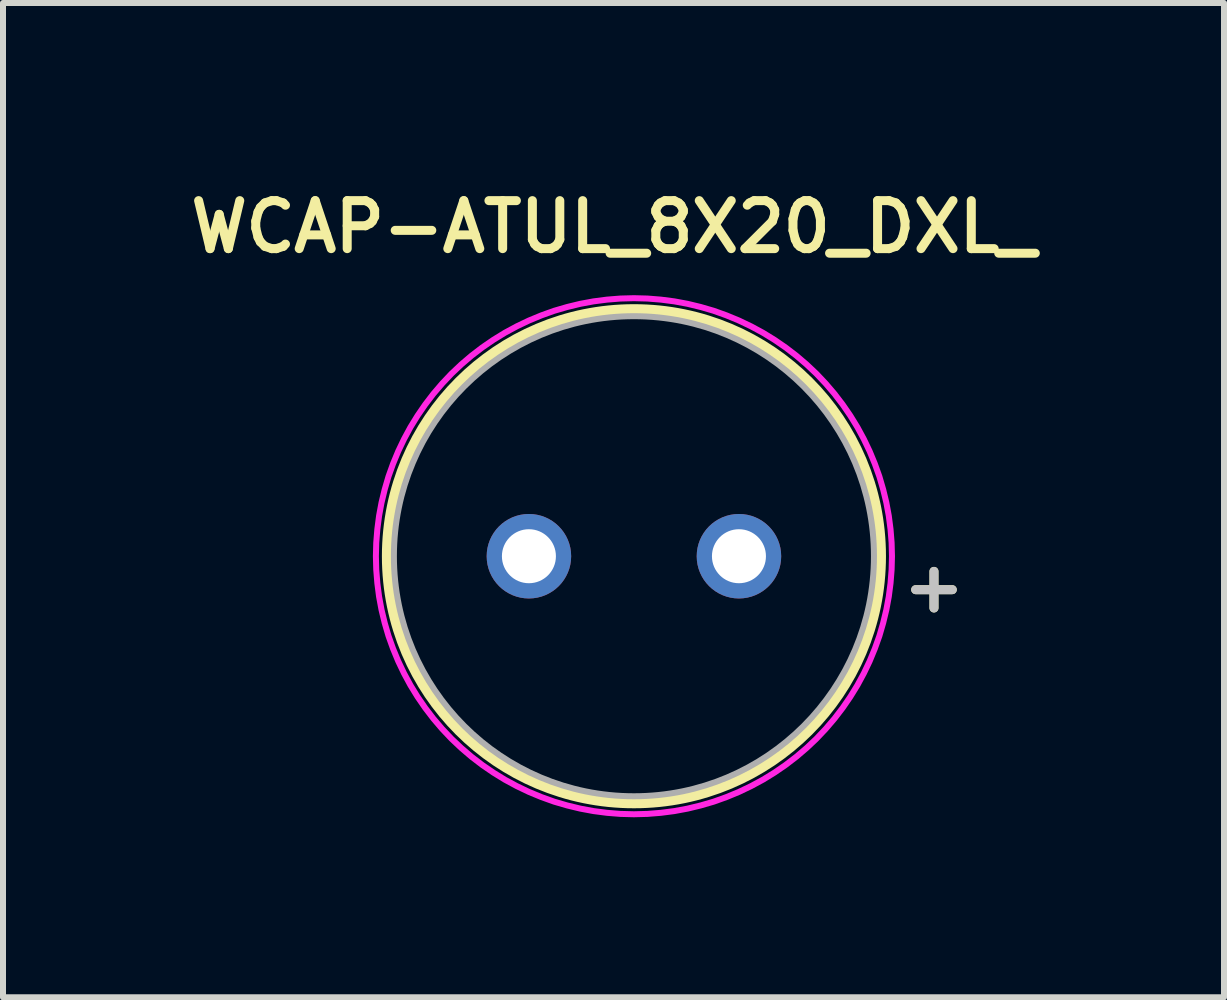
<source format=kicad_pcb>
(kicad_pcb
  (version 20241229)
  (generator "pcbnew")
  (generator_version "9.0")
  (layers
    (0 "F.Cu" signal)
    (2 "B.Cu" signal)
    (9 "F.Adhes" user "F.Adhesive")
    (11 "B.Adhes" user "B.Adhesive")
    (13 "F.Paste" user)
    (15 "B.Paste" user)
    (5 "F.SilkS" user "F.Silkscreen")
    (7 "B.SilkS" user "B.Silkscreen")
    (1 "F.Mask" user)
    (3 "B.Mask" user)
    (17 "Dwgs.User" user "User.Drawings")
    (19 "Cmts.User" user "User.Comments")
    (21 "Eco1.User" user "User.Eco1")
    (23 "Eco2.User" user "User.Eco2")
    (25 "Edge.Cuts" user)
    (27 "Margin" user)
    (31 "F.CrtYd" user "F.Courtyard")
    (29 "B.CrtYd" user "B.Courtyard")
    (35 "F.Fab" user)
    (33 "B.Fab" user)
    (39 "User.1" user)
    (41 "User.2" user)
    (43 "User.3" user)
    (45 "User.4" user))
  (footprint "WCAP-ATUL_8X20_DXL_"
    (layer "F.Cu")
    (at 7.514 6.219)
    (property "Reference" "WCAP-ATUL_8X20_DXL_" (at -0.34 -5.488 0) (layer "F.SilkS") (effects (font (size 0.8 0.8) (thickness 0.15))))
    (attr through_hole)
    (fp_circle (center 0 0) (end 4.1 0) (stroke (width 0.2) (type solid)) (fill no) (layer "F.SilkS"))
    (fp_poly (pts (xy 0 4.3) (xy -0.225 4.294) (xy -0.449 4.276) (xy -0.673 4.247) (xy -0.894 4.206) (xy -1.113 4.153) (xy -1.329 4.09) (xy -1.541 4.014) (xy -1.749 3.928) (xy -1.952 3.831) (xy -2.15 3.724) (xy -2.342 3.606) (xy -2.527 3.479) (xy -2.706 3.342) (xy -2.877 3.196) (xy -3.041 3.041) (xy -3.196 2.877) (xy -3.342 2.706) (xy -3.479 2.527) (xy -3.606 2.342) (xy -3.724 2.15) (xy -3.831 1.952) (xy -3.928 1.749) (xy -4.014 1.541) (xy -4.09 1.329) (xy -4.153 1.113) (xy -4.206 0.894) (xy -4.247 0.673) (xy -4.276 0.449) (xy -4.294 0.225) (xy -4.3 0) (xy -4.294 -0.225) (xy -4.276 -0.449) (xy -4.247 -0.673) (xy -4.206 -0.894) (xy -4.153 -1.113) (xy -4.09 -1.329) (xy -4.014 -1.541) (xy -3.928 -1.749) (xy -3.831 -1.952) (xy -3.724 -2.15) (xy -3.606 -2.342) (xy -3.479 -2.527) (xy -3.342 -2.706) (xy -3.196 -2.877) (xy -3.041 -3.041) (xy -2.877 -3.196) (xy -2.706 -3.342) (xy -2.527 -3.479) (xy -2.342 -3.606) (xy -2.15 -3.724) (xy -1.952 -3.831) (xy -1.749 -3.928) (xy -1.541 -4.014) (xy -1.329 -4.09) (xy -1.113 -4.153) (xy -0.894 -4.206) (xy -0.673 -4.247) (xy -0.449 -4.276) (xy -0.225 -4.294) (xy 0 -4.3) (xy 0.225 -4.294) (xy 0.449 -4.276) (xy 0.673 -4.247) (xy 0.894 -4.206) (xy 1.113 -4.153) (xy 1.329 -4.09) (xy 1.541 -4.014) (xy 1.749 -3.928) (xy 1.952 -3.831) (xy 2.15 -3.724) (xy 2.342 -3.606) (xy 2.527 -3.479) (xy 2.706 -3.342) (xy 2.877 -3.196) (xy 3.041 -3.041) (xy 3.196 -2.877) (xy 3.342 -2.706) (xy 3.479 -2.527) (xy 3.606 -2.342) (xy 3.724 -2.15) (xy 3.831 -1.952) (xy 3.928 -1.749) (xy 4.014 -1.541) (xy 4.09 -1.329) (xy 4.153 -1.113) (xy 4.206 -0.894) (xy 4.247 -0.673) (xy 4.276 -0.449) (xy 4.294 -0.225) (xy 4.3 0) (xy 4.294 0.225) (xy 4.276 0.449) (xy 4.247 0.673) (xy 4.206 0.894) (xy 4.153 1.113) (xy 4.09 1.329) (xy 4.014 1.541) (xy 3.928 1.749) (xy 3.831 1.952) (xy 3.724 2.15) (xy 3.606 2.342) (xy 3.479 2.527) (xy 3.342 2.706) (xy 3.196 2.877) (xy 3.041 3.041) (xy 2.877 3.196) (xy 2.706 3.342) (xy 2.527 3.479) (xy 2.342 3.606) (xy 2.15 3.724) (xy 1.952 3.831) (xy 1.749 3.928) (xy 1.541 4.014) (xy 1.329 4.09) (xy 1.113 4.153) (xy 0.894 4.206) (xy 0.673 4.247) (xy 0.449 4.276) (xy 0.225 4.294) (xy 0 4.3)) (stroke (width 0.1) (type solid)) (fill no) (layer "F.CrtYd"))
    (fp_circle (center 0 0) (end 4 0) (stroke (width 0.1) (type solid)) (fill no) (layer "F.Fab"))
    (fp_text user "+" (at 5 0.5 0) (layer "F.SilkS") (effects (font (size 0.8 0.8) (thickness 0.15))))
    (fp_text user "+" (at 5 0.5 0) (layer "Dwgs.User") (effects (font (size 0.8 0.8) (thickness 0.15))))
    (pad "1" thru_hole circle (at 1.75 0) (size 1.408 1.408) (drill 0.9) (layers "*.Cu" "*.Mask"))
    (pad "2" thru_hole circle (at -1.75 0) (size 1.408 1.408) (drill 0.9) (layers "*.Cu" "*.Mask")))
  (gr_rect
    (start -3 -3)
    (end 17.347 13.569)
    (stroke (width 0.1) (type default))
    (fill no)
    (layer "Edge.Cuts")))
</source>
